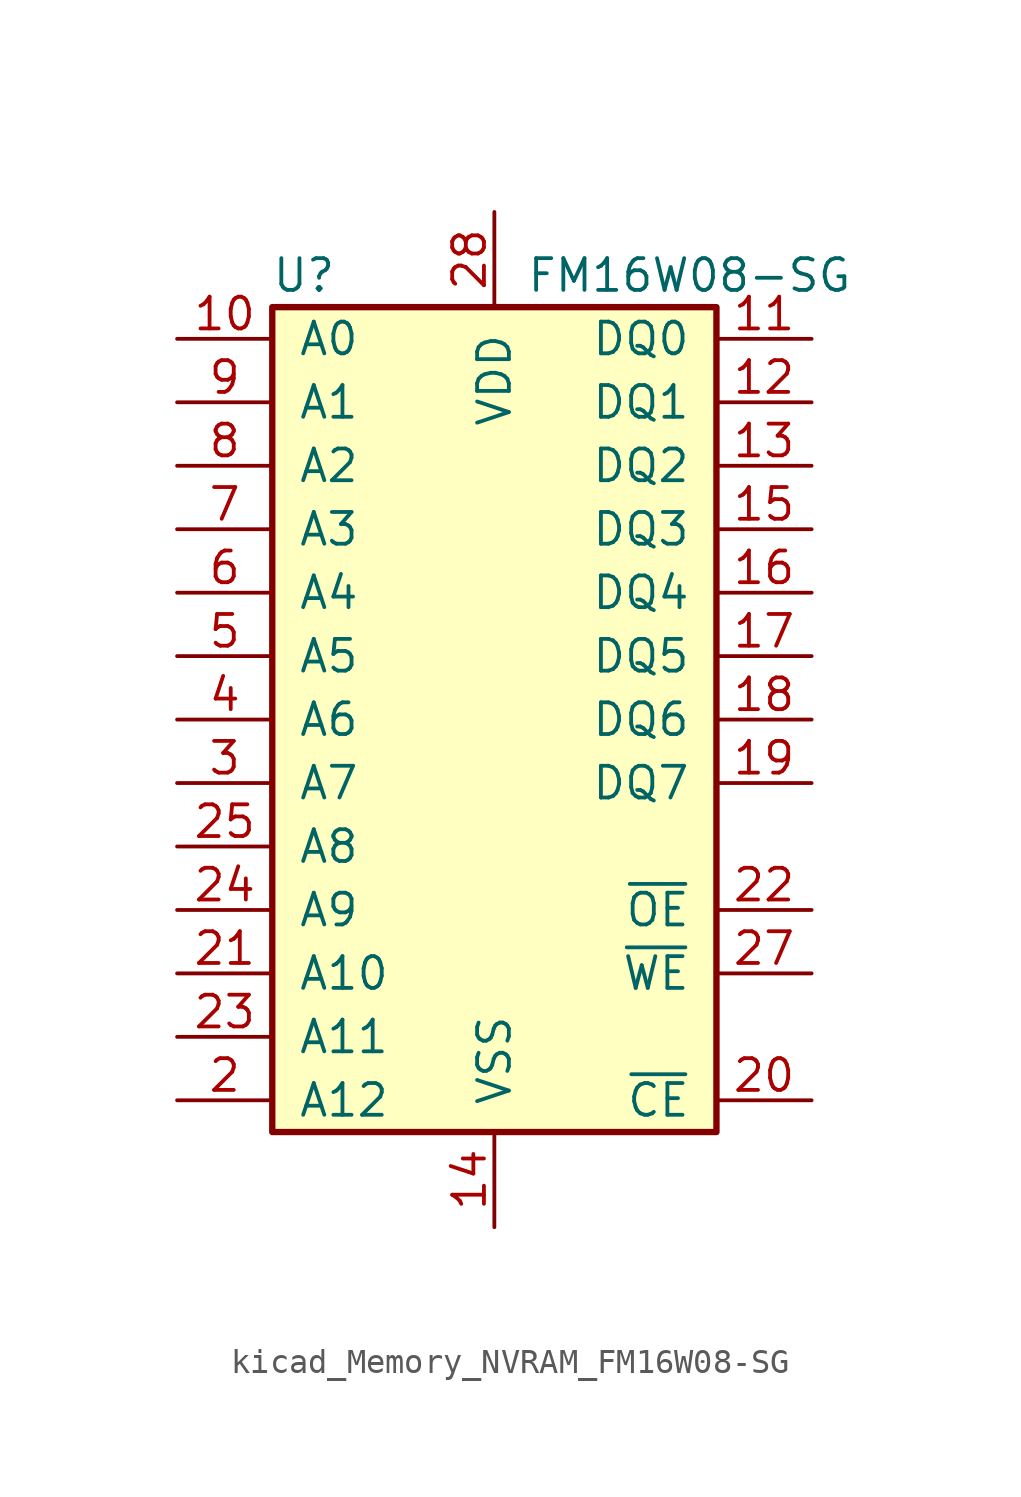
<source format=kicad_sym>
(kicad_symbol_lib
  (version 20220914)
  (generator kicad_symbol_editor)
  (symbol "kicad_Memory_NVRAM_FM16W08-SG"
    (pin_names
      (offset 1.016))
    (property "Reference" "U"
      (at -7.62 17.78 0)
      (effects (font (size 1.27 1.27))))
    (property "Value" "FM16W08-SG"
      (at 1.27 17.78 0)
      (effects (font (size 1.27 1.27)) (justify left)))
    (symbol "kicad_Memory_NVRAM_FM16W08-SG_0_1"
      (rectangle (start -8.89 16.51) (end 8.89 -16.51) (stroke (width 0.254) (type default)) (fill (type background))))
    (symbol "kicad_Memory_NVRAM_FM16W08-SG_1_1"
      (pin input line (at -12.7 15.24 0) (length 3.81) (name "A0" (effects (font (size 1.27 1.27)))) (number "10" (effects (font (size 1.27 1.27)))))
      (pin bidirectional line (at 12.7 15.24 180) (length 3.81) (name "DQ0" (effects (font (size 1.27 1.27)))) (number "11" (effects (font (size 1.27 1.27)))))
      (pin bidirectional line (at 12.7 12.7 180) (length 3.81) (name "DQ1" (effects (font (size 1.27 1.27)))) (number "12" (effects (font (size 1.27 1.27)))))
      (pin bidirectional line (at 12.7 10.16 180) (length 3.81) (name "DQ2" (effects (font (size 1.27 1.27)))) (number "13" (effects (font (size 1.27 1.27)))))
      (pin power_in line (at 0 -20.32 90) (length 3.81) (name "VSS" (effects (font (size 1.27 1.27)))) (number "14" (effects (font (size 1.27 1.27)))))
      (pin bidirectional line (at 12.7 7.62 180) (length 3.81) (name "DQ3" (effects (font (size 1.27 1.27)))) (number "15" (effects (font (size 1.27 1.27)))))
      (pin bidirectional line (at 12.7 5.08 180) (length 3.81) (name "DQ4" (effects (font (size 1.27 1.27)))) (number "16" (effects (font (size 1.27 1.27)))))
      (pin bidirectional line (at 12.7 2.54 180) (length 3.81) (name "DQ5" (effects (font (size 1.27 1.27)))) (number "17" (effects (font (size 1.27 1.27)))))
      (pin bidirectional line (at 12.7 0 180) (length 3.81) (name "DQ6" (effects (font (size 1.27 1.27)))) (number "18" (effects (font (size 1.27 1.27)))))
      (pin bidirectional line (at 12.7 -2.54 180) (length 3.81) (name "DQ7" (effects (font (size 1.27 1.27)))) (number "19" (effects (font (size 1.27 1.27)))))
      (pin input line (at -12.7 -15.24 0) (length 3.81) (name "A12" (effects (font (size 1.27 1.27)))) (number "2" (effects (font (size 1.27 1.27)))))
      (pin input line (at 12.7 -15.24 180) (length 3.81) (name "~{CE}" (effects (font (size 1.27 1.27)))) (number "20" (effects (font (size 1.27 1.27)))))
      (pin input line (at -12.7 -10.16 0) (length 3.81) (name "A10" (effects (font (size 1.27 1.27)))) (number "21" (effects (font (size 1.27 1.27)))))
      (pin input line (at 12.7 -7.62 180) (length 3.81) (name "~{OE}" (effects (font (size 1.27 1.27)))) (number "22" (effects (font (size 1.27 1.27)))))
      (pin input line (at -12.7 -12.7 0) (length 3.81) (name "A11" (effects (font (size 1.27 1.27)))) (number "23" (effects (font (size 1.27 1.27)))))
      (pin input line (at -12.7 -7.62 0) (length 3.81) (name "A9" (effects (font (size 1.27 1.27)))) (number "24" (effects (font (size 1.27 1.27)))))
      (pin input line (at -12.7 -5.08 0) (length 3.81) (name "A8" (effects (font (size 1.27 1.27)))) (number "25" (effects (font (size 1.27 1.27)))))
      (pin input line (at 12.7 -10.16 180) (length 3.81) (name "~{WE}" (effects (font (size 1.27 1.27)))) (number "27" (effects (font (size 1.27 1.27)))))
      (pin power_in line (at 0 20.32 270) (length 3.81) (name "VDD" (effects (font (size 1.27 1.27)))) (number "28" (effects (font (size 1.27 1.27)))))
      (pin input line (at -12.7 -2.54 0) (length 3.81) (name "A7" (effects (font (size 1.27 1.27)))) (number "3" (effects (font (size 1.27 1.27)))))
      (pin input line (at -12.7 0 0) (length 3.81) (name "A6" (effects (font (size 1.27 1.27)))) (number "4" (effects (font (size 1.27 1.27)))))
      (pin input line (at -12.7 2.54 0) (length 3.81) (name "A5" (effects (font (size 1.27 1.27)))) (number "5" (effects (font (size 1.27 1.27)))))
      (pin input line (at -12.7 5.08 0) (length 3.81) (name "A4" (effects (font (size 1.27 1.27)))) (number "6" (effects (font (size 1.27 1.27)))))
      (pin input line (at -12.7 7.62 0) (length 3.81) (name "A3" (effects (font (size 1.27 1.27)))) (number "7" (effects (font (size 1.27 1.27)))))
      (pin input line (at -12.7 10.16 0) (length 3.81) (name "A2" (effects (font (size 1.27 1.27)))) (number "8" (effects (font (size 1.27 1.27)))))
      (pin input line (at -12.7 12.7 0) (length 3.81) (name "A1" (effects (font (size 1.27 1.27)))) (number "9" (effects (font (size 1.27 1.27))))))))
</source>
